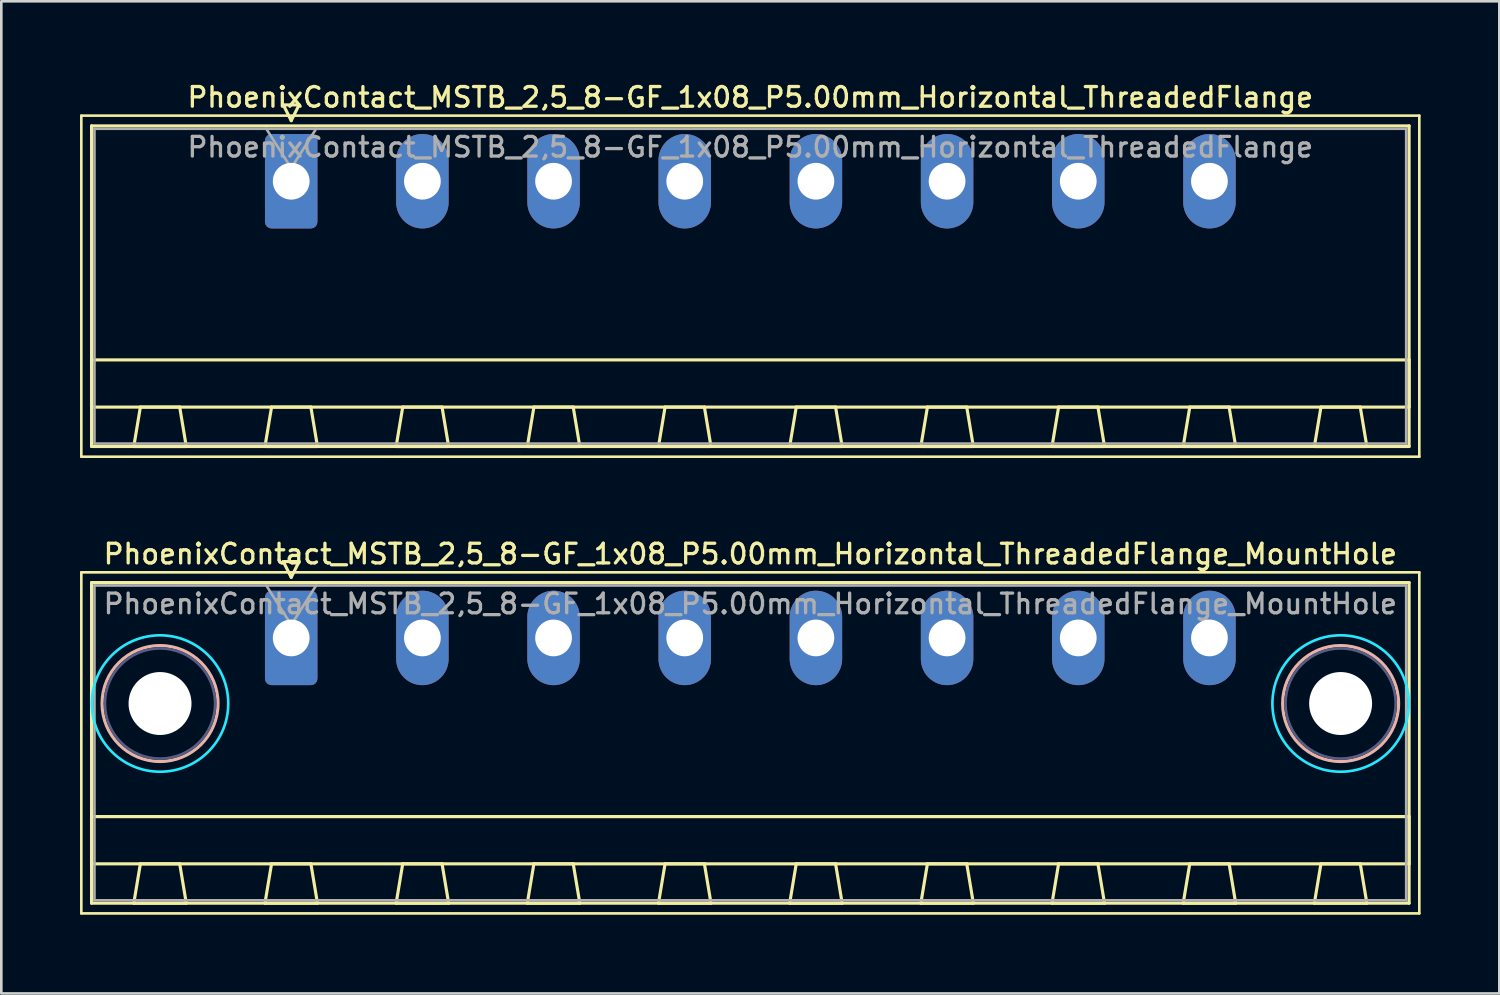
<source format=kicad_pcb>
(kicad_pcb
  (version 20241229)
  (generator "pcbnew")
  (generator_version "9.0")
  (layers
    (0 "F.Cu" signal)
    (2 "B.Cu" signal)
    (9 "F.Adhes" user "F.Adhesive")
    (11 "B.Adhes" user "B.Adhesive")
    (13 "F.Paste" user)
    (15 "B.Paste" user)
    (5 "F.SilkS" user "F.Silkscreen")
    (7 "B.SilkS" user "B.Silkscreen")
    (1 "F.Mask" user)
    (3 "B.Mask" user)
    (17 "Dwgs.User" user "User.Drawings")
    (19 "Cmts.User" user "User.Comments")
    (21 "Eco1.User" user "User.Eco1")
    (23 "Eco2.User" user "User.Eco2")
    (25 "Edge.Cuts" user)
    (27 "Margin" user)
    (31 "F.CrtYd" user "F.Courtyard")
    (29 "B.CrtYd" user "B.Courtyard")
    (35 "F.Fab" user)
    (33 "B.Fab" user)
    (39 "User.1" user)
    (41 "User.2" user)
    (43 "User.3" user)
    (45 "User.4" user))
  (footprint "PhoenixContact_MSTB_2,5_8-GF_1x08_P5.00mm_Horizontal_ThreadedFlange_MountHole"
    (layer "F.Cu")
    (at 8.05 21.266)
    (property "Reference" "PhoenixContact_MSTB_2,5_8-GF_1x08_P5.00mm_Horizontal_ThreadedFlange_MountHole" (at 17.5 -3.2 0) (layer "F.SilkS") (effects (font (size 0.75 0.75) (thickness 0.125))))
    (attr through_hole)
    (fp_line (start -8 -2.5) (end -8 10.5) (stroke (width 0.1) (type solid)) (layer "F.SilkS"))
    (fp_line (start -8 10.5) (end 43 10.5) (stroke (width 0.1) (type solid)) (layer "F.SilkS"))
    (fp_line (start -7.61 -2.11) (end -7.61 10.11) (stroke (width 0.12) (type solid)) (layer "F.SilkS"))
    (fp_line (start -7.61 6.81) (end 42.61 6.81) (stroke (width 0.12) (type solid)) (layer "F.SilkS"))
    (fp_line (start -7.61 8.61) (end -7.61 6.81) (stroke (width 0.12) (type solid)) (layer "F.SilkS"))
    (fp_line (start -7.61 10.11) (end 42.61 10.11) (stroke (width 0.12) (type solid)) (layer "F.SilkS"))
    (fp_line (start -6 10.11) (end -4 10.11) (stroke (width 0.12) (type solid)) (layer "F.SilkS"))
    (fp_line (start -5.75 8.61) (end -6 10.11) (stroke (width 0.12) (type solid)) (layer "F.SilkS"))
    (fp_line (start -4.25 8.61) (end -5.75 8.61) (stroke (width 0.12) (type solid)) (layer "F.SilkS"))
    (fp_line (start -4 10.11) (end -4.25 8.61) (stroke (width 0.12) (type solid)) (layer "F.SilkS"))
    (fp_line (start -1 10.11) (end 1 10.11) (stroke (width 0.12) (type solid)) (layer "F.SilkS"))
    (fp_line (start -0.75 8.61) (end -1 10.11) (stroke (width 0.12) (type solid)) (layer "F.SilkS"))
    (fp_line (start -0.3 -2.91) (end 0.3 -2.91) (stroke (width 0.12) (type solid)) (layer "F.SilkS"))
    (fp_line (start 0 -2.31) (end -0.3 -2.91) (stroke (width 0.12) (type solid)) (layer "F.SilkS"))
    (fp_line (start 0.3 -2.91) (end 0 -2.31) (stroke (width 0.12) (type solid)) (layer "F.SilkS"))
    (fp_line (start 0.75 8.61) (end -0.75 8.61) (stroke (width 0.12) (type solid)) (layer "F.SilkS"))
    (fp_line (start 1 10.11) (end 0.75 8.61) (stroke (width 0.12) (type solid)) (layer "F.SilkS"))
    (fp_line (start 4 10.11) (end 6 10.11) (stroke (width 0.12) (type solid)) (layer "F.SilkS"))
    (fp_line (start 4.25 8.61) (end 4 10.11) (stroke (width 0.12) (type solid)) (layer "F.SilkS"))
    (fp_line (start 5.75 8.61) (end 4.25 8.61) (stroke (width 0.12) (type solid)) (layer "F.SilkS"))
    (fp_line (start 6 10.11) (end 5.75 8.61) (stroke (width 0.12) (type solid)) (layer "F.SilkS"))
    (fp_line (start 9 10.11) (end 11 10.11) (stroke (width 0.12) (type solid)) (layer "F.SilkS"))
    (fp_line (start 9.25 8.61) (end 9 10.11) (stroke (width 0.12) (type solid)) (layer "F.SilkS"))
    (fp_line (start 10.75 8.61) (end 9.25 8.61) (stroke (width 0.12) (type solid)) (layer "F.SilkS"))
    (fp_line (start 11 10.11) (end 10.75 8.61) (stroke (width 0.12) (type solid)) (layer "F.SilkS"))
    (fp_line (start 14 10.11) (end 16 10.11) (stroke (width 0.12) (type solid)) (layer "F.SilkS"))
    (fp_line (start 14.25 8.61) (end 14 10.11) (stroke (width 0.12) (type solid)) (layer "F.SilkS"))
    (fp_line (start 15.75 8.61) (end 14.25 8.61) (stroke (width 0.12) (type solid)) (layer "F.SilkS"))
    (fp_line (start 16 10.11) (end 15.75 8.61) (stroke (width 0.12) (type solid)) (layer "F.SilkS"))
    (fp_line (start 19 10.11) (end 21 10.11) (stroke (width 0.12) (type solid)) (layer "F.SilkS"))
    (fp_line (start 19.25 8.61) (end 19 10.11) (stroke (width 0.12) (type solid)) (layer "F.SilkS"))
    (fp_line (start 20.75 8.61) (end 19.25 8.61) (stroke (width 0.12) (type solid)) (layer "F.SilkS"))
    (fp_line (start 21 10.11) (end 20.75 8.61) (stroke (width 0.12) (type solid)) (layer "F.SilkS"))
    (fp_line (start 24 10.11) (end 26 10.11) (stroke (width 0.12) (type solid)) (layer "F.SilkS"))
    (fp_line (start 24.25 8.61) (end 24 10.11) (stroke (width 0.12) (type solid)) (layer "F.SilkS"))
    (fp_line (start 25.75 8.61) (end 24.25 8.61) (stroke (width 0.12) (type solid)) (layer "F.SilkS"))
    (fp_line (start 26 10.11) (end 25.75 8.61) (stroke (width 0.12) (type solid)) (layer "F.SilkS"))
    (fp_line (start 29 10.11) (end 31 10.11) (stroke (width 0.12) (type solid)) (layer "F.SilkS"))
    (fp_line (start 29.25 8.61) (end 29 10.11) (stroke (width 0.12) (type solid)) (layer "F.SilkS"))
    (fp_line (start 30.75 8.61) (end 29.25 8.61) (stroke (width 0.12) (type solid)) (layer "F.SilkS"))
    (fp_line (start 31 10.11) (end 30.75 8.61) (stroke (width 0.12) (type solid)) (layer "F.SilkS"))
    (fp_line (start 34 10.11) (end 36 10.11) (stroke (width 0.12) (type solid)) (layer "F.SilkS"))
    (fp_line (start 34.25 8.61) (end 34 10.11) (stroke (width 0.12) (type solid)) (layer "F.SilkS"))
    (fp_line (start 35.75 8.61) (end 34.25 8.61) (stroke (width 0.12) (type solid)) (layer "F.SilkS"))
    (fp_line (start 36 10.11) (end 35.75 8.61) (stroke (width 0.12) (type solid)) (layer "F.SilkS"))
    (fp_line (start 39 10.11) (end 41 10.11) (stroke (width 0.12) (type solid)) (layer "F.SilkS"))
    (fp_line (start 39.25 8.61) (end 39 10.11) (stroke (width 0.12) (type solid)) (layer "F.SilkS"))
    (fp_line (start 40.75 8.61) (end 39.25 8.61) (stroke (width 0.12) (type solid)) (layer "F.SilkS"))
    (fp_line (start 41 10.11) (end 40.75 8.61) (stroke (width 0.12) (type solid)) (layer "F.SilkS"))
    (fp_line (start 42.61 -2.11) (end -7.61 -2.11) (stroke (width 0.12) (type solid)) (layer "F.SilkS"))
    (fp_line (start 42.61 6.81) (end 42.61 8.61) (stroke (width 0.12) (type solid)) (layer "F.SilkS"))
    (fp_line (start 42.61 8.61) (end -7.61 8.61) (stroke (width 0.12) (type solid)) (layer "F.SilkS"))
    (fp_line (start 42.61 10.11) (end 42.61 -2.11) (stroke (width 0.12) (type solid)) (layer "F.SilkS"))
    (fp_line (start 43 -2.5) (end -8 -2.5) (stroke (width 0.1) (type solid)) (layer "F.SilkS"))
    (fp_line (start 43 10.5) (end 43 -2.5) (stroke (width 0.1) (type solid)) (layer "F.SilkS"))
    (fp_circle (center -5 2.5) (end -2.79 2.5) (stroke (width 0.12) (type solid)) (fill no) (layer "B.SilkS"))
    (fp_circle (center 40 2.5) (end 42.21 2.5) (stroke (width 0.12) (type solid)) (fill no) (layer "B.SilkS"))
    (fp_circle (center -5 2.5) (end -2.4 2.5) (stroke (width 0.1) (type solid)) (fill no) (layer "B.CrtYd"))
    (fp_circle (center 40 2.5) (end 42.6 2.5) (stroke (width 0.1) (type solid)) (fill no) (layer "B.CrtYd"))
    (fp_circle (center -5 2.5) (end -2.9 2.5) (stroke (width 0.1) (type solid)) (fill no) (layer "B.Fab"))
    (fp_circle (center 40 2.5) (end 42.1 2.5) (stroke (width 0.1) (type solid)) (fill no) (layer "B.Fab"))
    (fp_line (start -7.5 -2) (end -7.5 10) (stroke (width 0.1) (type solid)) (layer "F.Fab"))
    (fp_line (start -7.5 10) (end 42.5 10) (stroke (width 0.1) (type solid)) (layer "F.Fab"))
    (fp_line (start 0 -0.5) (end -0.95 -2) (stroke (width 0.1) (type solid)) (layer "F.Fab"))
    (fp_line (start 0.95 -2) (end 0 -0.5) (stroke (width 0.1) (type solid)) (layer "F.Fab"))
    (fp_line (start 42.5 -2) (end -7.5 -2) (stroke (width 0.1) (type solid)) (layer "F.Fab"))
    (fp_line (start 42.5 10) (end 42.5 -2) (stroke (width 0.1) (type solid)) (layer "F.Fab"))
    (fp_text user "${REFERENCE}" (at 17.5 -1.3 0) (layer "F.Fab") (effects (font (size 0.75 0.75) (thickness 0.125))))
    (pad "" np_thru_hole circle (at -5 2.5) (size 2.4 2.4) (drill 2.4) (layers "*.Cu" "*.Mask"))
    (pad "" np_thru_hole circle (at 40 2.5) (size 2.4 2.4) (drill 2.4) (layers "*.Cu" "*.Mask"))
    (pad "1" thru_hole roundrect (at 0 0) (size 2 3.6) (drill 1.4) (layers "*.Cu" "*.Mask") (roundrect_rratio 0.125))
    (pad "2" thru_hole oval (at 5 0) (size 2 3.6) (drill 1.4) (layers "*.Cu" "*.Mask"))
    (pad "3" thru_hole oval (at 10 0) (size 2 3.6) (drill 1.4) (layers "*.Cu" "*.Mask"))
    (pad "4" thru_hole oval (at 15 0) (size 2 3.6) (drill 1.4) (layers "*.Cu" "*.Mask"))
    (pad "5" thru_hole oval (at 20 0) (size 2 3.6) (drill 1.4) (layers "*.Cu" "*.Mask"))
    (pad "6" thru_hole oval (at 25 0) (size 2 3.6) (drill 1.4) (layers "*.Cu" "*.Mask"))
    (pad "7" thru_hole oval (at 30 0) (size 2 3.6) (drill 1.4) (layers "*.Cu" "*.Mask"))
    (pad "8" thru_hole oval (at 35 0) (size 2 3.6) (drill 1.4) (layers "*.Cu" "*.Mask")))
  (footprint "PhoenixContact_MSTB_2,5_8-GF_1x08_P5.00mm_Horizontal_ThreadedFlange"
    (layer "F.Cu")
    (at 8.05 3.858)
    (property "Reference" "PhoenixContact_MSTB_2,5_8-GF_1x08_P5.00mm_Horizontal_ThreadedFlange" (at 17.5 -3.2 0) (layer "F.SilkS") (effects (font (size 0.75 0.75) (thickness 0.125))))
    (attr through_hole)
    (fp_line (start -8 -2.5) (end -8 10.5) (stroke (width 0.1) (type solid)) (layer "F.SilkS"))
    (fp_line (start -8 10.5) (end 43 10.5) (stroke (width 0.1) (type solid)) (layer "F.SilkS"))
    (fp_line (start -7.61 -2.11) (end -7.61 10.11) (stroke (width 0.12) (type solid)) (layer "F.SilkS"))
    (fp_line (start -7.61 6.81) (end 42.61 6.81) (stroke (width 0.12) (type solid)) (layer "F.SilkS"))
    (fp_line (start -7.61 8.61) (end -7.61 6.81) (stroke (width 0.12) (type solid)) (layer "F.SilkS"))
    (fp_line (start -7.61 10.11) (end 42.61 10.11) (stroke (width 0.12) (type solid)) (layer "F.SilkS"))
    (fp_line (start -6 10.11) (end -4 10.11) (stroke (width 0.12) (type solid)) (layer "F.SilkS"))
    (fp_line (start -5.75 8.61) (end -6 10.11) (stroke (width 0.12) (type solid)) (layer "F.SilkS"))
    (fp_line (start -4.25 8.61) (end -5.75 8.61) (stroke (width 0.12) (type solid)) (layer "F.SilkS"))
    (fp_line (start -4 10.11) (end -4.25 8.61) (stroke (width 0.12) (type solid)) (layer "F.SilkS"))
    (fp_line (start -1 10.11) (end 1 10.11) (stroke (width 0.12) (type solid)) (layer "F.SilkS"))
    (fp_line (start -0.75 8.61) (end -1 10.11) (stroke (width 0.12) (type solid)) (layer "F.SilkS"))
    (fp_line (start -0.3 -2.91) (end 0.3 -2.91) (stroke (width 0.12) (type solid)) (layer "F.SilkS"))
    (fp_line (start 0 -2.31) (end -0.3 -2.91) (stroke (width 0.12) (type solid)) (layer "F.SilkS"))
    (fp_line (start 0.3 -2.91) (end 0 -2.31) (stroke (width 0.12) (type solid)) (layer "F.SilkS"))
    (fp_line (start 0.75 8.61) (end -0.75 8.61) (stroke (width 0.12) (type solid)) (layer "F.SilkS"))
    (fp_line (start 1 10.11) (end 0.75 8.61) (stroke (width 0.12) (type solid)) (layer "F.SilkS"))
    (fp_line (start 4 10.11) (end 6 10.11) (stroke (width 0.12) (type solid)) (layer "F.SilkS"))
    (fp_line (start 4.25 8.61) (end 4 10.11) (stroke (width 0.12) (type solid)) (layer "F.SilkS"))
    (fp_line (start 5.75 8.61) (end 4.25 8.61) (stroke (width 0.12) (type solid)) (layer "F.SilkS"))
    (fp_line (start 6 10.11) (end 5.75 8.61) (stroke (width 0.12) (type solid)) (layer "F.SilkS"))
    (fp_line (start 9 10.11) (end 11 10.11) (stroke (width 0.12) (type solid)) (layer "F.SilkS"))
    (fp_line (start 9.25 8.61) (end 9 10.11) (stroke (width 0.12) (type solid)) (layer "F.SilkS"))
    (fp_line (start 10.75 8.61) (end 9.25 8.61) (stroke (width 0.12) (type solid)) (layer "F.SilkS"))
    (fp_line (start 11 10.11) (end 10.75 8.61) (stroke (width 0.12) (type solid)) (layer "F.SilkS"))
    (fp_line (start 14 10.11) (end 16 10.11) (stroke (width 0.12) (type solid)) (layer "F.SilkS"))
    (fp_line (start 14.25 8.61) (end 14 10.11) (stroke (width 0.12) (type solid)) (layer "F.SilkS"))
    (fp_line (start 15.75 8.61) (end 14.25 8.61) (stroke (width 0.12) (type solid)) (layer "F.SilkS"))
    (fp_line (start 16 10.11) (end 15.75 8.61) (stroke (width 0.12) (type solid)) (layer "F.SilkS"))
    (fp_line (start 19 10.11) (end 21 10.11) (stroke (width 0.12) (type solid)) (layer "F.SilkS"))
    (fp_line (start 19.25 8.61) (end 19 10.11) (stroke (width 0.12) (type solid)) (layer "F.SilkS"))
    (fp_line (start 20.75 8.61) (end 19.25 8.61) (stroke (width 0.12) (type solid)) (layer "F.SilkS"))
    (fp_line (start 21 10.11) (end 20.75 8.61) (stroke (width 0.12) (type solid)) (layer "F.SilkS"))
    (fp_line (start 24 10.11) (end 26 10.11) (stroke (width 0.12) (type solid)) (layer "F.SilkS"))
    (fp_line (start 24.25 8.61) (end 24 10.11) (stroke (width 0.12) (type solid)) (layer "F.SilkS"))
    (fp_line (start 25.75 8.61) (end 24.25 8.61) (stroke (width 0.12) (type solid)) (layer "F.SilkS"))
    (fp_line (start 26 10.11) (end 25.75 8.61) (stroke (width 0.12) (type solid)) (layer "F.SilkS"))
    (fp_line (start 29 10.11) (end 31 10.11) (stroke (width 0.12) (type solid)) (layer "F.SilkS"))
    (fp_line (start 29.25 8.61) (end 29 10.11) (stroke (width 0.12) (type solid)) (layer "F.SilkS"))
    (fp_line (start 30.75 8.61) (end 29.25 8.61) (stroke (width 0.12) (type solid)) (layer "F.SilkS"))
    (fp_line (start 31 10.11) (end 30.75 8.61) (stroke (width 0.12) (type solid)) (layer "F.SilkS"))
    (fp_line (start 34 10.11) (end 36 10.11) (stroke (width 0.12) (type solid)) (layer "F.SilkS"))
    (fp_line (start 34.25 8.61) (end 34 10.11) (stroke (width 0.12) (type solid)) (layer "F.SilkS"))
    (fp_line (start 35.75 8.61) (end 34.25 8.61) (stroke (width 0.12) (type solid)) (layer "F.SilkS"))
    (fp_line (start 36 10.11) (end 35.75 8.61) (stroke (width 0.12) (type solid)) (layer "F.SilkS"))
    (fp_line (start 39 10.11) (end 41 10.11) (stroke (width 0.12) (type solid)) (layer "F.SilkS"))
    (fp_line (start 39.25 8.61) (end 39 10.11) (stroke (width 0.12) (type solid)) (layer "F.SilkS"))
    (fp_line (start 40.75 8.61) (end 39.25 8.61) (stroke (width 0.12) (type solid)) (layer "F.SilkS"))
    (fp_line (start 41 10.11) (end 40.75 8.61) (stroke (width 0.12) (type solid)) (layer "F.SilkS"))
    (fp_line (start 42.61 -2.11) (end -7.61 -2.11) (stroke (width 0.12) (type solid)) (layer "F.SilkS"))
    (fp_line (start 42.61 6.81) (end 42.61 8.61) (stroke (width 0.12) (type solid)) (layer "F.SilkS"))
    (fp_line (start 42.61 8.61) (end -7.61 8.61) (stroke (width 0.12) (type solid)) (layer "F.SilkS"))
    (fp_line (start 42.61 10.11) (end 42.61 -2.11) (stroke (width 0.12) (type solid)) (layer "F.SilkS"))
    (fp_line (start 43 -2.5) (end -8 -2.5) (stroke (width 0.1) (type solid)) (layer "F.SilkS"))
    (fp_line (start 43 10.5) (end 43 -2.5) (stroke (width 0.1) (type solid)) (layer "F.SilkS"))
    (fp_line (start -7.5 -2) (end -7.5 10) (stroke (width 0.1) (type solid)) (layer "F.Fab"))
    (fp_line (start -7.5 10) (end 42.5 10) (stroke (width 0.1) (type solid)) (layer "F.Fab"))
    (fp_line (start 0 -0.5) (end -0.95 -2) (stroke (width 0.1) (type solid)) (layer "F.Fab"))
    (fp_line (start 0.95 -2) (end 0 -0.5) (stroke (width 0.1) (type solid)) (layer "F.Fab"))
    (fp_line (start 42.5 -2) (end -7.5 -2) (stroke (width 0.1) (type solid)) (layer "F.Fab"))
    (fp_line (start 42.5 10) (end 42.5 -2) (stroke (width 0.1) (type solid)) (layer "F.Fab"))
    (fp_text user "${REFERENCE}" (at 17.5 -1.3 0) (layer "F.Fab") (effects (font (size 0.75 0.75) (thickness 0.125))))
    (pad "1" thru_hole roundrect (at 0 0) (size 2 3.6) (drill 1.4) (layers "*.Cu" "*.Mask") (roundrect_rratio 0.125))
    (pad "2" thru_hole oval (at 5 0) (size 2 3.6) (drill 1.4) (layers "*.Cu" "*.Mask"))
    (pad "3" thru_hole oval (at 10 0) (size 2 3.6) (drill 1.4) (layers "*.Cu" "*.Mask"))
    (pad "4" thru_hole oval (at 15 0) (size 2 3.6) (drill 1.4) (layers "*.Cu" "*.Mask"))
    (pad "5" thru_hole oval (at 20 0) (size 2 3.6) (drill 1.4) (layers "*.Cu" "*.Mask"))
    (pad "6" thru_hole oval (at 25 0) (size 2 3.6) (drill 1.4) (layers "*.Cu" "*.Mask"))
    (pad "7" thru_hole oval (at 30 0) (size 2 3.6) (drill 1.4) (layers "*.Cu" "*.Mask"))
    (pad "8" thru_hole oval (at 35 0) (size 2 3.6) (drill 1.4) (layers "*.Cu" "*.Mask")))
  (gr_rect
    (start -3 -3)
    (end 54.1 34.816)
    (stroke (width 0.1) (type default))
    (fill no)
    (layer "Edge.Cuts")))
</source>
